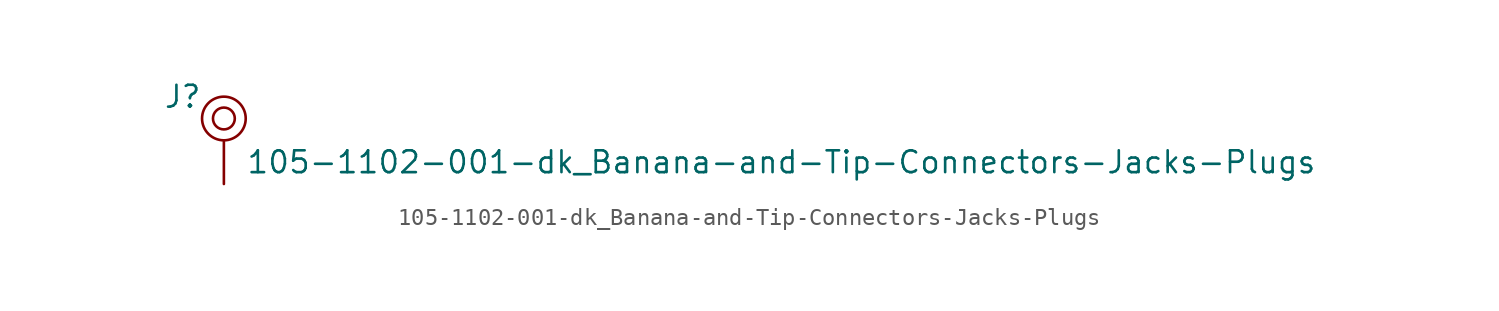
<source format=kicad_sym>
(kicad_symbol_lib
  (version 20211014)
  (generator kicad_symbol_editor)
  (symbol "105-1102-001-dk_Banana-and-Tip-Connectors-Jacks-Plugs"
    (pin_numbers hide)
    (pin_names
      (offset 1.016) hide)
    (property "Reference" "J"
      (at -1.27 1.27 0)
      (effects (font (size 1.27 1.27)) (justify right)))
    (property "Value" "105-1102-001-dk_Banana-and-Tip-Connectors-Jacks-Plugs"
      (at 1.27 -2.54 0)
      (effects (font (size 1.27 1.27)) (justify left)))
    (symbol "105-1102-001-dk_Banana-and-Tip-Connectors-Jacks-Plugs_0_1"
      (circle (center 0 0) (radius 1.27) (stroke (width 0) (type default) (color 0 0 0 0)) (fill (type none))))
    (symbol "105-1102-001-dk_Banana-and-Tip-Connectors-Jacks-Plugs_1_1"
      (circle (center 0 0) (radius 0.635) (stroke (width 0) (type default) (color 0 0 0 0)) (fill (type none)))
      (pin passive line (at 0 -3.81 90) (length 2.54) (name "~" (effects (font (size 1.27 1.27)))) (number "1" (effects (font (size 1.27 1.27))))))))
</source>
